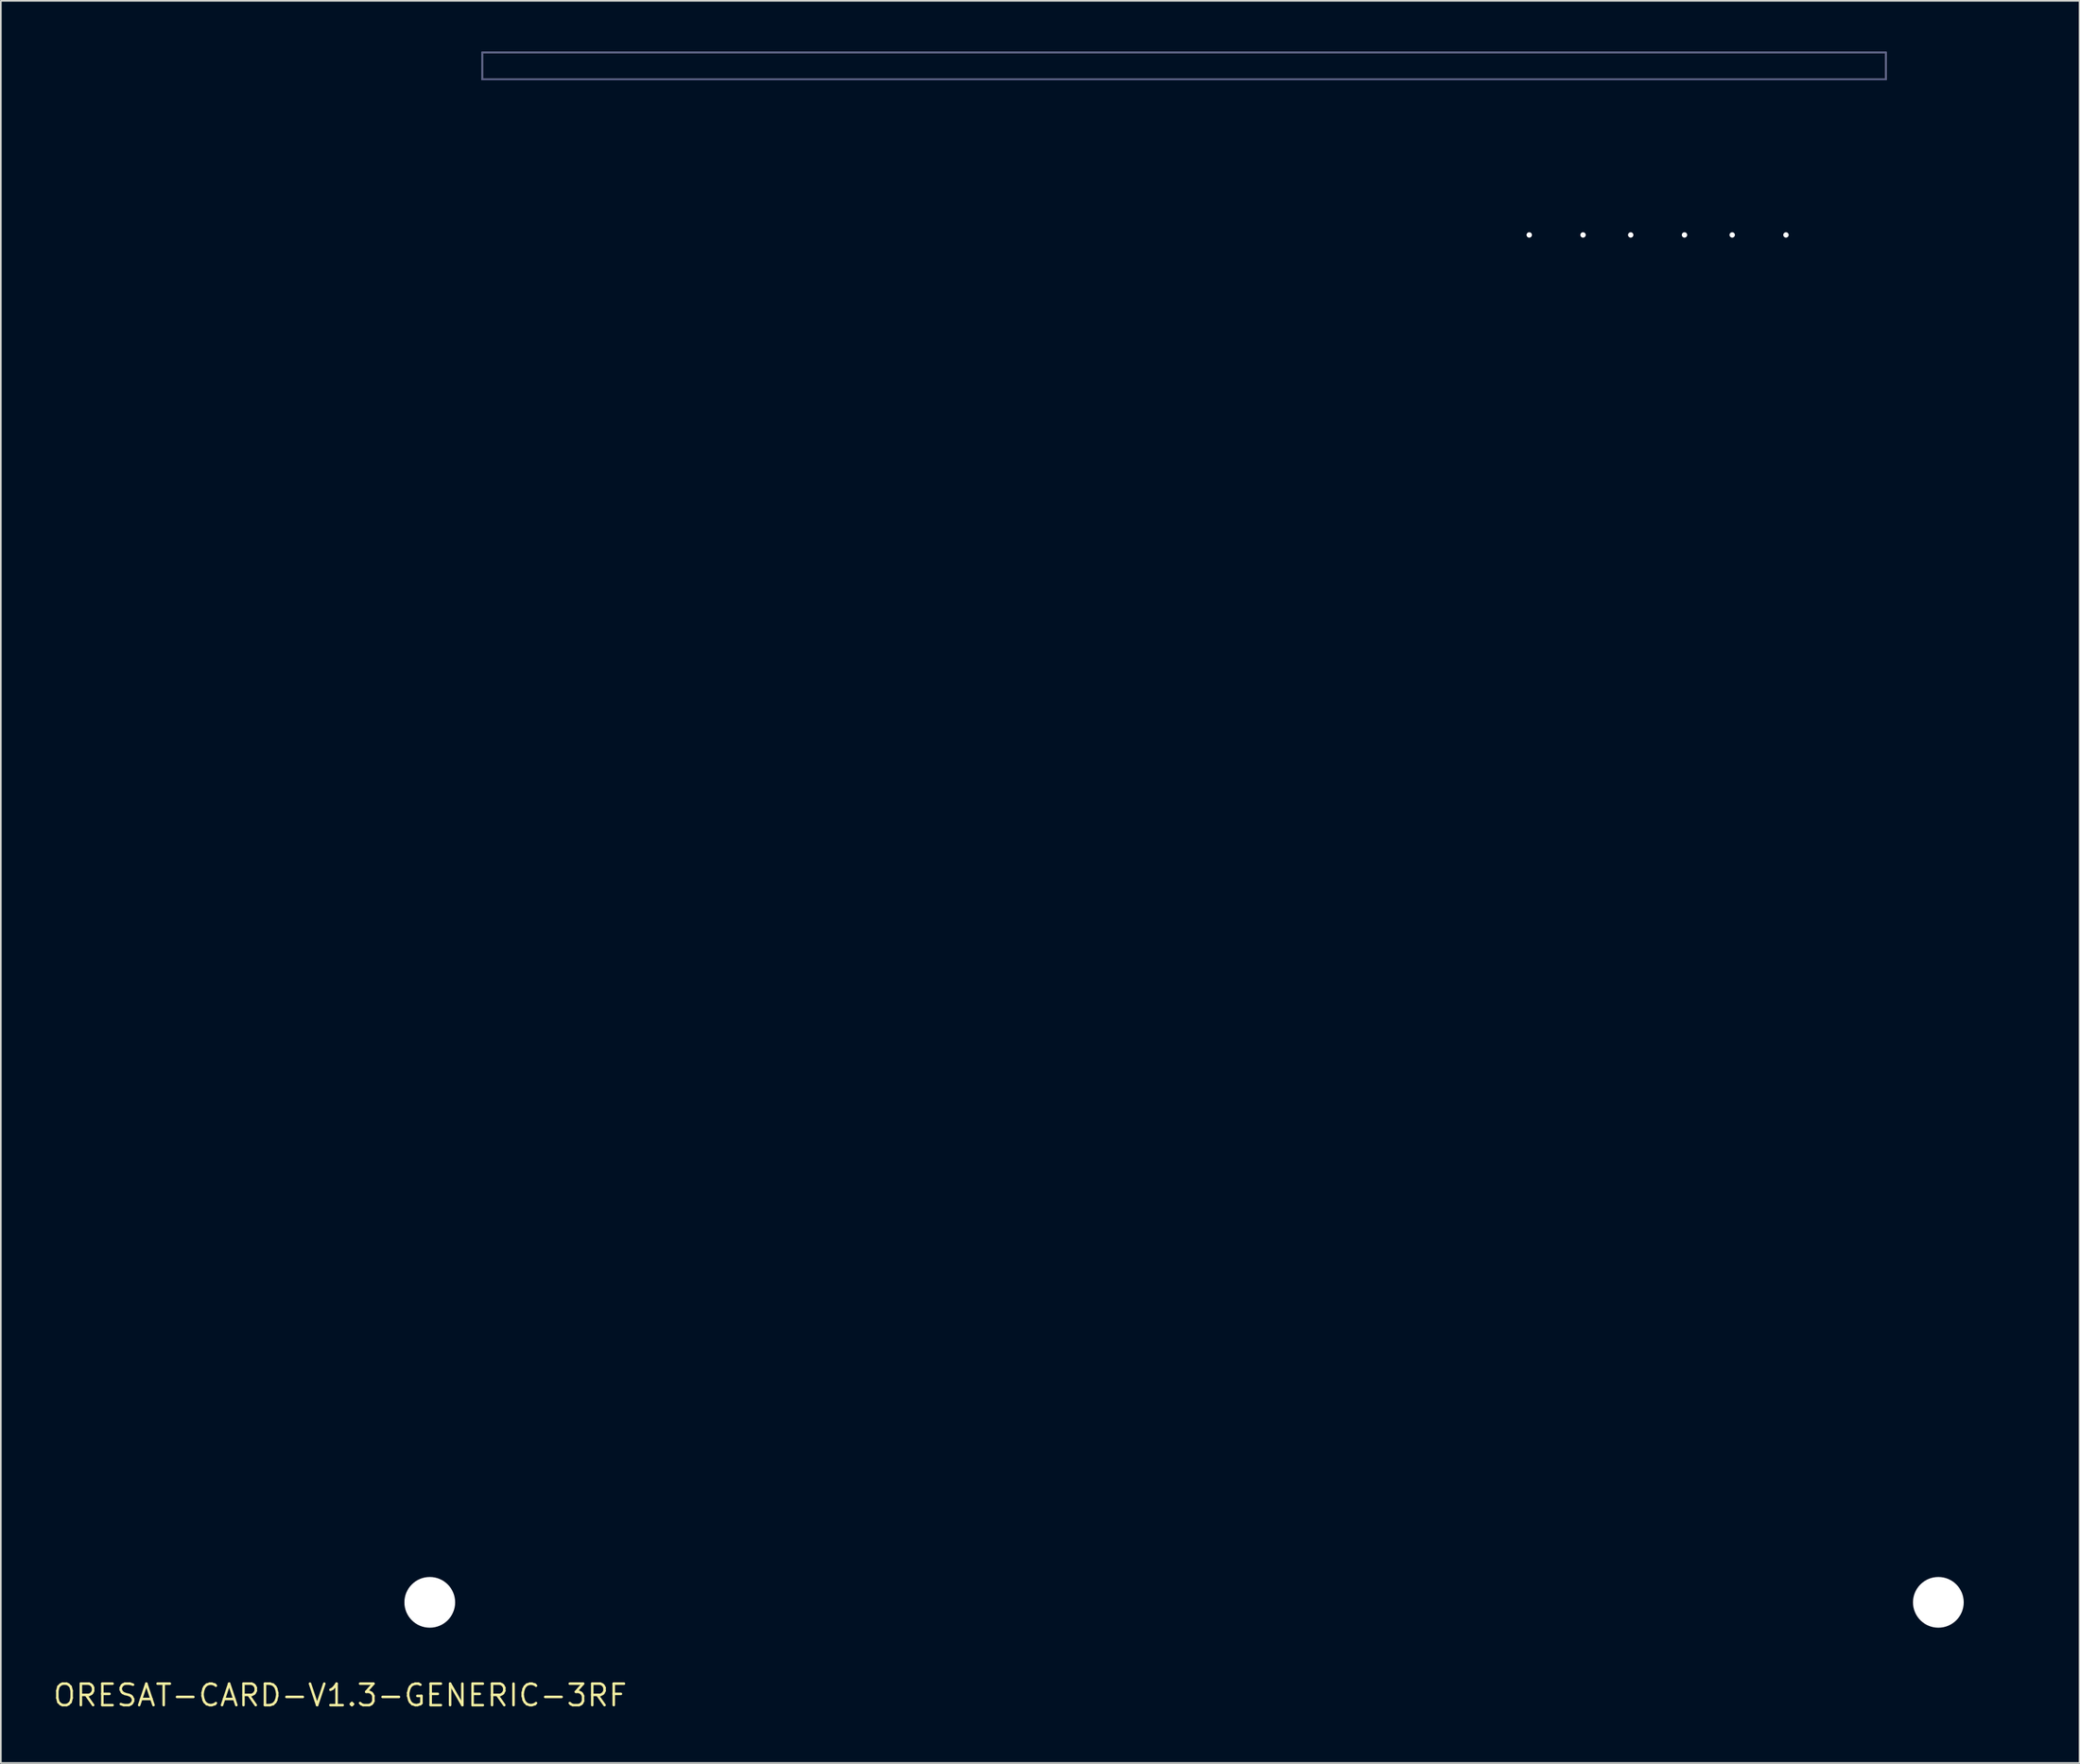
<source format=kicad_pcb>
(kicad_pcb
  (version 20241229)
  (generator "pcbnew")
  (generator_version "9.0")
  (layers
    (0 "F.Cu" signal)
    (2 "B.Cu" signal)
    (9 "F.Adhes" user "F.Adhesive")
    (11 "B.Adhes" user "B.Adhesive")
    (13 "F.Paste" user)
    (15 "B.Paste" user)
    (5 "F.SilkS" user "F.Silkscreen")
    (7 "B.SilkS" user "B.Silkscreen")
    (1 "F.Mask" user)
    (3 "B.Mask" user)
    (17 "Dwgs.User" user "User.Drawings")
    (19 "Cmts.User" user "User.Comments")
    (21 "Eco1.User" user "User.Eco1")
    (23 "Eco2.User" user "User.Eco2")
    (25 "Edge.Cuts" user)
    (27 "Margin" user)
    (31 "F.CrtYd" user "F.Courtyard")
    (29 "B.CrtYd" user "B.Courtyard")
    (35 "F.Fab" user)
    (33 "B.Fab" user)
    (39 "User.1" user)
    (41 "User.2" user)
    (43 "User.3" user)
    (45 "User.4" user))
  (footprint "ORESAT-CARD-V1.3-GENERIC-3RF"
    (layer "F.Cu")
    (at 17.062 97.25)
    (property "Reference" "ORESAT-CARD-V1.3-GENERIC-3RF" (at 0 0 0) (layer "F.SilkS") (effects (font (size 1.27 1.27) (thickness 0.15))))
    (fp_poly (pts (xy 2.75 -8.55) (xy 0.497 -8.55) (xy 0.358 -8.568) (xy 0.225 -8.623) (xy 0.111 -8.711) (xy 0.021 -8.827) (xy -0.05 -9.093) (xy -0.05 -88.821) (xy 2.75 -91.621)) (stroke (width 0) (type solid)) (fill yes) (layer "F.Mask"))
    (fp_poly (pts (xy 99.85 -88.822) (xy 99.85 -9.097) (xy 99.832 -8.958) (xy 99.777 -8.825) (xy 99.689 -8.711) (xy 99.575 -8.623) (xy 99.442 -8.568) (xy 99.303 -8.55) (xy 97.05 -8.55) (xy 97.05 -91.414)) (stroke (width 0) (type solid)) (fill yes) (layer "F.Mask"))
    (fp_poly (pts (xy 84.35 -0.497) (xy 84.332 -0.358) (xy 84.277 -0.225) (xy 84.189 -0.111) (xy 84.075 -0.023) (xy 83.942 0.032) (xy 83.803 0.05) (xy 15.997 0.05) (xy 15.858 0.032) (xy 15.725 -0.023) (xy 15.611 -0.111) (xy 15.521 -0.227) (xy 15.45 -0.493) (xy 15.45 -2.65) (xy 84.35 -2.65)) (stroke (width 0) (type solid)) (fill yes) (layer "F.Mask"))
    (fp_poly (pts (xy 2.75 -8.55) (xy 0.497 -8.55) (xy 0.358 -8.568) (xy 0.225 -8.623) (xy 0.111 -8.711) (xy 0.021 -8.827) (xy -0.05 -9.093) (xy -0.05 -88.821) (xy 2.75 -91.621)) (stroke (width 0) (type solid)) (fill yes) (layer "B.Mask"))
    (fp_poly (pts (xy 99.85 -88.822) (xy 99.85 -9.097) (xy 99.832 -8.958) (xy 99.777 -8.825) (xy 99.689 -8.711) (xy 99.575 -8.623) (xy 99.442 -8.568) (xy 99.303 -8.55) (xy 97.05 -8.55) (xy 97.05 -91.414)) (stroke (width 0) (type solid)) (fill yes) (layer "B.Mask"))
    (fp_poly (pts (xy 84.35 -0.497) (xy 84.332 -0.358) (xy 84.277 -0.225) (xy 84.189 -0.111) (xy 84.075 -0.023) (xy 83.942 0.032) (xy 83.803 0.05) (xy 15.997 0.05) (xy 15.858 0.032) (xy 15.725 -0.023) (xy 15.611 -0.111) (xy 15.521 -0.227) (xy 15.45 -0.493) (xy 15.45 -2.65) (xy 84.35 -2.65)) (stroke (width 0) (type solid)) (fill yes) (layer "B.Mask"))
    (fp_line (start 0 -88.8) (end 0 -9.1) (stroke (width 0.001) (type solid)) (layer "Edge.Cuts"))
    (fp_line (start 0 -88.8) (end 0 -9.1) (stroke (width 0.001) (type solid)) (layer "Edge.Cuts"))
    (fp_line (start 0.5 -8.6) (end 2.25 -8.6) (stroke (width 0.001) (type solid)) (layer "Edge.Cuts"))
    (fp_line (start 0.5 -8.6) (end 2.25 -8.6) (stroke (width 0.001) (type solid)) (layer "Edge.Cuts"))
    (fp_line (start 2.5 -91.3) (end 2.5 -8.6) (stroke (width 0.001) (type solid)) (layer "Edge.Cuts"))
    (fp_line (start 2.75 -8.1) (end 2.75 -3.4) (stroke (width 0.001) (type solid)) (layer "Edge.Cuts"))
    (fp_line (start 2.75 -8.1) (end 2.75 -3.4) (stroke (width 0.001) (type solid)) (layer "Edge.Cuts"))
    (fp_line (start 3.25 -2.9) (end 4.6 -2.9) (stroke (width 0.001) (type solid)) (layer "Edge.Cuts"))
    (fp_line (start 3.25 -2.9) (end 15 -2.9) (stroke (width 0.001) (type solid)) (layer "Edge.Cuts"))
    (fp_line (start 4.6 -93.4) (end 0 -88.8) (stroke (width 0.001) (type solid)) (layer "Edge.Cuts"))
    (fp_line (start 4.6 -2.9) (end 4.6 -93.4) (stroke (width 0.001) (type solid)) (layer "Edge.Cuts"))
    (fp_line (start 4.6 -2.9) (end 15 -2.9) (stroke (width 0.001) (type solid)) (layer "Edge.Cuts"))
    (fp_line (start 5.8 -94.6) (end 0 -88.8) (stroke (width 0.001) (type solid)) (layer "Edge.Cuts"))
    (fp_line (start 5.8 -94.6) (end 4.6 -93.4) (stroke (width 0.001) (type solid)) (layer "Edge.Cuts"))
    (fp_line (start 8.4 -95.6) (end 8.4 -97.2) (stroke (width 0.001) (type solid)) (layer "Edge.Cuts"))
    (fp_line (start 8.4 -2.9) (end 8.4 -94.6) (stroke (width 0.001) (type solid)) (layer "Edge.Cuts"))
    (fp_line (start 8.668 -94.6) (end 5.8 -94.6) (stroke (width 0.001) (type solid)) (layer "Edge.Cuts"))
    (fp_line (start 8.668 -94.6) (end 5.8 -94.6) (stroke (width 0.001) (type solid)) (layer "Edge.Cuts"))
    (fp_line (start 9.873 -87.9) (end 56.421 -87.9) (stroke (width 0.001) (type solid)) (layer "Edge.Cuts"))
    (fp_line (start 15.5 -2.4) (end 15.5 -0.5) (stroke (width 0.001) (type solid)) (layer "Edge.Cuts"))
    (fp_line (start 15.5 -2.4) (end 15.5 -0.5) (stroke (width 0.001) (type solid)) (layer "Edge.Cuts"))
    (fp_line (start 15.5 -2.4) (end 84.3 -2.4) (stroke (width 0.001) (type solid)) (layer "Edge.Cuts"))
    (fp_line (start 16 0) (end 83.8 0) (stroke (width 0.001) (type solid)) (layer "Edge.Cuts"))
    (fp_line (start 16 0) (end 83.8 0) (stroke (width 0.001) (type solid)) (layer "Edge.Cuts"))
    (fp_line (start 21.9 -89.9) (end 21.9 -85.9) (stroke (width 0.001) (type solid)) (layer "Edge.Cuts"))
    (fp_line (start 31.668 -94.6) (end 12.132 -94.6) (stroke (width 0.001) (type solid)) (layer "Edge.Cuts"))
    (fp_line (start 31.668 -94.6) (end 12.132 -94.6) (stroke (width 0.001) (type solid)) (layer "Edge.Cuts"))
    (fp_line (start 49.9 -44.572) (end 49.9 -89.9) (stroke (width 0.001) (type solid)) (layer "Edge.Cuts"))
    (fp_line (start 64.668 -94.6) (end 35.132 -94.6) (stroke (width 0.001) (type solid)) (layer "Edge.Cuts"))
    (fp_line (start 64.668 -94.6) (end 35.132 -94.6) (stroke (width 0.001) (type solid)) (layer "Edge.Cuts"))
    (fp_line (start 66.4 -93.6) (end 67.632 -93.6) (stroke (width 0.001) (type solid)) (layer "Edge.Cuts"))
    (fp_line (start 66.4 -93.6) (end 67.632 -93.6) (stroke (width 0.001) (type solid)) (layer "Edge.Cuts"))
    (fp_line (start 68.132 -93.1) (end 68.132 -91.1) (stroke (width 0.001) (type solid)) (layer "Edge.Cuts"))
    (fp_line (start 68.132 -93.1) (end 68.132 -91.1) (stroke (width 0.001) (type solid)) (layer "Edge.Cuts"))
    (fp_line (start 70.31 -90.6) (end 68.632 -90.6) (stroke (width 0.001) (type solid)) (layer "Edge.Cuts"))
    (fp_line (start 70.31 -90.6) (end 68.632 -90.6) (stroke (width 0.001) (type solid)) (layer "Edge.Cuts"))
    (fp_line (start 70.31 -86.9) (end 70.31 -90.6) (stroke (width 0.001) (type solid)) (layer "Edge.Cuts"))
    (fp_line (start 70.31 -86.9) (end 70.31 -90.6) (stroke (width 0.001) (type solid)) (layer "Edge.Cuts"))
    (fp_line (start 70.81 -86.4) (end 72.99 -86.4) (stroke (width 0.001) (type solid)) (layer "Edge.Cuts"))
    (fp_line (start 70.81 -86.4) (end 72.99 -86.4) (stroke (width 0.001) (type solid)) (layer "Edge.Cuts"))
    (fp_line (start 73.49 -86.9) (end 73.49 -90.6) (stroke (width 0.001) (type solid)) (layer "Edge.Cuts"))
    (fp_line (start 73.49 -86.9) (end 73.49 -90.6) (stroke (width 0.001) (type solid)) (layer "Edge.Cuts"))
    (fp_line (start 76.31 -90.6) (end 73.49 -90.6) (stroke (width 0.001) (type solid)) (layer "Edge.Cuts"))
    (fp_line (start 76.31 -90.6) (end 73.49 -90.6) (stroke (width 0.001) (type solid)) (layer "Edge.Cuts"))
    (fp_line (start 76.31 -86.9) (end 76.31 -90.6) (stroke (width 0.001) (type solid)) (layer "Edge.Cuts"))
    (fp_line (start 76.31 -86.9) (end 76.31 -90.6) (stroke (width 0.001) (type solid)) (layer "Edge.Cuts"))
    (fp_line (start 76.81 -86.4) (end 78.99 -86.4) (stroke (width 0.001) (type solid)) (layer "Edge.Cuts"))
    (fp_line (start 76.81 -86.4) (end 78.99 -86.4) (stroke (width 0.001) (type solid)) (layer "Edge.Cuts"))
    (fp_line (start 79.49 -86.9) (end 79.49 -90.6) (stroke (width 0.001) (type solid)) (layer "Edge.Cuts"))
    (fp_line (start 79.49 -86.9) (end 79.49 -90.6) (stroke (width 0.001) (type solid)) (layer "Edge.Cuts"))
    (fp_line (start 82.31 -90.6) (end 79.49 -90.6) (stroke (width 0.001) (type solid)) (layer "Edge.Cuts"))
    (fp_line (start 82.31 -90.6) (end 79.49 -90.6) (stroke (width 0.001) (type solid)) (layer "Edge.Cuts"))
    (fp_line (start 82.31 -86.9) (end 82.31 -90.6) (stroke (width 0.001) (type solid)) (layer "Edge.Cuts"))
    (fp_line (start 82.31 -86.9) (end 82.31 -90.6) (stroke (width 0.001) (type solid)) (layer "Edge.Cuts"))
    (fp_line (start 82.81 -86.4) (end 84.99 -86.4) (stroke (width 0.001) (type solid)) (layer "Edge.Cuts"))
    (fp_line (start 82.81 -86.4) (end 84.99 -86.4) (stroke (width 0.001) (type solid)) (layer "Edge.Cuts"))
    (fp_line (start 84.3 -0.5) (end 84.3 -2.4) (stroke (width 0.001) (type solid)) (layer "Edge.Cuts"))
    (fp_line (start 84.3 -0.5) (end 84.3 -2.4) (stroke (width 0.001) (type solid)) (layer "Edge.Cuts"))
    (fp_line (start 84.8 -2.9) (end 95.2 -2.9) (stroke (width 0.001) (type solid)) (layer "Edge.Cuts"))
    (fp_line (start 84.8 -2.9) (end 96.55 -2.9) (stroke (width 0.001) (type solid)) (layer "Edge.Cuts"))
    (fp_line (start 85.49 -86.9) (end 85.49 -90.6) (stroke (width 0.001) (type solid)) (layer "Edge.Cuts"))
    (fp_line (start 85.49 -86.9) (end 85.49 -90.6) (stroke (width 0.001) (type solid)) (layer "Edge.Cuts"))
    (fp_line (start 87.168 -90.6) (end 85.49 -90.6) (stroke (width 0.001) (type solid)) (layer "Edge.Cuts"))
    (fp_line (start 87.168 -90.6) (end 85.49 -90.6) (stroke (width 0.001) (type solid)) (layer "Edge.Cuts"))
    (fp_line (start 87.668 -93.1) (end 87.668 -91.1) (stroke (width 0.001) (type solid)) (layer "Edge.Cuts"))
    (fp_line (start 87.668 -93.1) (end 87.668 -91.1) (stroke (width 0.001) (type solid)) (layer "Edge.Cuts"))
    (fp_line (start 89.4 -93.6) (end 88.168 -93.6) (stroke (width 0.001) (type solid)) (layer "Edge.Cuts"))
    (fp_line (start 89.4 -93.6) (end 88.168 -93.6) (stroke (width 0.001) (type solid)) (layer "Edge.Cuts"))
    (fp_line (start 91.4 -97.2) (end 8.4 -97.2) (stroke (width 0.001) (type solid)) (layer "Edge.Cuts"))
    (fp_line (start 91.4 -97.2) (end 91.4 -95.6) (stroke (width 0.001) (type solid)) (layer "Edge.Cuts"))
    (fp_line (start 91.4 -95.6) (end 8.4 -95.6) (stroke (width 0.001) (type solid)) (layer "Edge.Cuts"))
    (fp_line (start 91.4 -2.9) (end 91.4 -94.6) (stroke (width 0.001) (type solid)) (layer "Edge.Cuts"))
    (fp_line (start 94 -94.6) (end 91.132 -94.6) (stroke (width 0.001) (type solid)) (layer "Edge.Cuts"))
    (fp_line (start 94 -94.6) (end 91.132 -94.6) (stroke (width 0.001) (type solid)) (layer "Edge.Cuts"))
    (fp_line (start 95.2 -93.4) (end 94 -94.6) (stroke (width 0.001) (type solid)) (layer "Edge.Cuts"))
    (fp_line (start 95.2 -2.9) (end 95.2 -93.4) (stroke (width 0.001) (type solid)) (layer "Edge.Cuts"))
    (fp_line (start 95.2 -2.9) (end 96.55 -2.9) (stroke (width 0.001) (type solid)) (layer "Edge.Cuts"))
    (fp_line (start 97.05 -3.4) (end 97.05 -8.1) (stroke (width 0.001) (type solid)) (layer "Edge.Cuts"))
    (fp_line (start 97.05 -3.4) (end 97.05 -8.1) (stroke (width 0.001) (type solid)) (layer "Edge.Cuts"))
    (fp_line (start 97.3 -8.55) (end 97.3 -91.3) (stroke (width 0.001) (type solid)) (layer "Edge.Cuts"))
    (fp_line (start 97.55 -8.6) (end 99.3 -8.6) (stroke (width 0.001) (type solid)) (layer "Edge.Cuts"))
    (fp_line (start 97.55 -8.6) (end 99.3 -8.6) (stroke (width 0.001) (type solid)) (layer "Edge.Cuts"))
    (fp_line (start 99.8 -88.8) (end 94 -94.6) (stroke (width 0.001) (type solid)) (layer "Edge.Cuts"))
    (fp_line (start 99.8 -88.8) (end 95.2 -93.4) (stroke (width 0.001) (type solid)) (layer "Edge.Cuts"))
    (fp_line (start 99.8 -9.1) (end 99.8 -88.8) (stroke (width 0.001) (type solid)) (layer "Edge.Cuts"))
    (fp_line (start 99.8 -9.1) (end 99.8 -88.8) (stroke (width 0.001) (type solid)) (layer "Edge.Cuts"))
    (fp_arc (start 0.5 -8.6) (mid 0.146447 -8.746447) (end 0 -9.1) (stroke (width 0.001) (type solid)) (layer "Edge.Cuts"))
    (fp_arc (start 0.5 -8.6) (mid 0.146447 -8.746447) (end 0 -9.1) (stroke (width 0.001) (type solid)) (layer "Edge.Cuts"))
    (fp_arc (start 2.25 -8.6) (mid 2.603553 -8.453553) (end 2.75 -8.1) (stroke (width 0.001) (type solid)) (layer "Edge.Cuts"))
    (fp_arc (start 2.25 -8.6) (mid 2.603553 -8.453553) (end 2.75 -8.1) (stroke (width 0.001) (type solid)) (layer "Edge.Cuts"))
    (fp_arc (start 3.25 -2.9) (mid 2.896447 -3.046447) (end 2.75 -3.4) (stroke (width 0.001) (type solid)) (layer "Edge.Cuts"))
    (fp_arc (start 3.25 -2.9) (mid 2.896447 -3.046447) (end 2.75 -3.4) (stroke (width 0.001) (type solid)) (layer "Edge.Cuts"))
    (fp_arc (start 12.132049 -94.599999) (mid 10.399999 -93.600001) (end 8.66795 -94.6) (stroke (width 0.001) (type solid)) (layer "Edge.Cuts"))
    (fp_arc (start 12.13205 -94.6) (mid 10.400001 -93.6) (end 8.667951 -94.599999) (stroke (width 0.001) (type solid)) (layer "Edge.Cuts"))
    (fp_arc (start 15 -2.9) (mid 15.353553 -2.753553) (end 15.5 -2.4) (stroke (width 0.001) (type solid)) (layer "Edge.Cuts"))
    (fp_arc (start 15 -2.9) (mid 15.353553 -2.753553) (end 15.5 -2.4) (stroke (width 0.001) (type solid)) (layer "Edge.Cuts"))
    (fp_arc (start 16 0) (mid 15.646447 -0.146447) (end 15.5 -0.5) (stroke (width 0.001) (type solid)) (layer "Edge.Cuts"))
    (fp_arc (start 16 0) (mid 15.646447 -0.146447) (end 15.5 -0.5) (stroke (width 0.001) (type solid)) (layer "Edge.Cuts"))
    (fp_arc (start 35.132049 -94.599999) (mid 33.399999 -93.600001) (end 31.66795 -94.6) (stroke (width 0.001) (type solid)) (layer "Edge.Cuts"))
    (fp_arc (start 35.13205 -94.6) (mid 33.400001 -93.6) (end 31.667951 -94.599999) (stroke (width 0.001) (type solid)) (layer "Edge.Cuts"))
    (fp_arc (start 66.399999 -93.6) (mid 65.4 -93.867949) (end 64.66795 -94.6) (stroke (width 0.001) (type solid)) (layer "Edge.Cuts"))
    (fp_arc (start 66.4 -93.6) (mid 65.400001 -93.867949) (end 64.66795 -94.599999) (stroke (width 0.001) (type solid)) (layer "Edge.Cuts"))
    (fp_arc (start 67.63205 -93.6) (mid 67.985603 -93.453553) (end 68.13205 -93.1) (stroke (width 0.001) (type solid)) (layer "Edge.Cuts"))
    (fp_arc (start 67.63205 -93.6) (mid 67.985603 -93.453553) (end 68.13205 -93.1) (stroke (width 0.001) (type solid)) (layer "Edge.Cuts"))
    (fp_arc (start 68.63205 -90.6) (mid 68.278497 -90.746447) (end 68.13205 -91.1) (stroke (width 0.001) (type solid)) (layer "Edge.Cuts"))
    (fp_arc (start 68.63205 -90.6) (mid 68.278497 -90.746447) (end 68.13205 -91.1) (stroke (width 0.001) (type solid)) (layer "Edge.Cuts"))
    (fp_arc (start 70.81 -86.4) (mid 70.456447 -86.546447) (end 70.31 -86.9) (stroke (width 0.001) (type solid)) (layer "Edge.Cuts"))
    (fp_arc (start 70.81 -86.4) (mid 70.456447 -86.546447) (end 70.31 -86.9) (stroke (width 0.001) (type solid)) (layer "Edge.Cuts"))
    (fp_arc (start 73.49 -86.9) (mid 73.343553 -86.546447) (end 72.99 -86.4) (stroke (width 0.001) (type solid)) (layer "Edge.Cuts"))
    (fp_arc (start 73.49 -86.9) (mid 73.343553 -86.546447) (end 72.99 -86.4) (stroke (width 0.001) (type solid)) (layer "Edge.Cuts"))
    (fp_arc (start 76.81 -86.4) (mid 76.456447 -86.546447) (end 76.31 -86.9) (stroke (width 0.001) (type solid)) (layer "Edge.Cuts"))
    (fp_arc (start 76.81 -86.4) (mid 76.456447 -86.546447) (end 76.31 -86.9) (stroke (width 0.001) (type solid)) (layer "Edge.Cuts"))
    (fp_arc (start 79.49 -86.9) (mid 79.343553 -86.546447) (end 78.99 -86.4) (stroke (width 0.001) (type solid)) (layer "Edge.Cuts"))
    (fp_arc (start 79.49 -86.9) (mid 79.343553 -86.546447) (end 78.99 -86.4) (stroke (width 0.001) (type solid)) (layer "Edge.Cuts"))
    (fp_arc (start 82.81 -86.4) (mid 82.456447 -86.546447) (end 82.31 -86.9) (stroke (width 0.001) (type solid)) (layer "Edge.Cuts"))
    (fp_arc (start 82.81 -86.4) (mid 82.456447 -86.546447) (end 82.31 -86.9) (stroke (width 0.001) (type solid)) (layer "Edge.Cuts"))
    (fp_arc (start 84.3 -2.4) (mid 84.446447 -2.753553) (end 84.8 -2.9) (stroke (width 0.001) (type solid)) (layer "Edge.Cuts"))
    (fp_arc (start 84.3 -2.4) (mid 84.446447 -2.753553) (end 84.8 -2.9) (stroke (width 0.001) (type solid)) (layer "Edge.Cuts"))
    (fp_arc (start 84.3 -0.5) (mid 84.153553 -0.146447) (end 83.8 0) (stroke (width 0.001) (type solid)) (layer "Edge.Cuts"))
    (fp_arc (start 84.3 -0.5) (mid 84.153553 -0.146447) (end 83.8 0) (stroke (width 0.001) (type solid)) (layer "Edge.Cuts"))
    (fp_arc (start 85.49 -86.9) (mid 85.343553 -86.546447) (end 84.99 -86.4) (stroke (width 0.001) (type solid)) (layer "Edge.Cuts"))
    (fp_arc (start 85.49 -86.9) (mid 85.343553 -86.546447) (end 84.99 -86.4) (stroke (width 0.001) (type solid)) (layer "Edge.Cuts"))
    (fp_arc (start 87.66795 -93.1) (mid 87.814397 -93.453553) (end 88.16795 -93.6) (stroke (width 0.001) (type solid)) (layer "Edge.Cuts"))
    (fp_arc (start 87.66795 -93.1) (mid 87.814397 -93.453553) (end 88.16795 -93.6) (stroke (width 0.001) (type solid)) (layer "Edge.Cuts"))
    (fp_arc (start 87.66795 -91.1) (mid 87.521503 -90.746447) (end 87.16795 -90.6) (stroke (width 0.001) (type solid)) (layer "Edge.Cuts"))
    (fp_arc (start 87.66795 -91.1) (mid 87.521503 -90.746447) (end 87.16795 -90.6) (stroke (width 0.001) (type solid)) (layer "Edge.Cuts"))
    (fp_arc (start 91.132049 -94.6) (mid 90.399999 -93.86795) (end 89.4 -93.6) (stroke (width 0.001) (type solid)) (layer "Edge.Cuts"))
    (fp_arc (start 91.13205 -94.6) (mid 90.4 -93.867949) (end 89.4 -93.599999) (stroke (width 0.001) (type solid)) (layer "Edge.Cuts"))
    (fp_arc (start 97.05 -8.1) (mid 97.196447 -8.453553) (end 97.55 -8.6) (stroke (width 0.001) (type solid)) (layer "Edge.Cuts"))
    (fp_arc (start 97.05 -8.1) (mid 97.196447 -8.453553) (end 97.55 -8.6) (stroke (width 0.001) (type solid)) (layer "Edge.Cuts"))
    (fp_arc (start 97.05 -3.4) (mid 96.903553 -3.046447) (end 96.55 -2.9) (stroke (width 0.001) (type solid)) (layer "Edge.Cuts"))
    (fp_arc (start 97.05 -3.4) (mid 96.903553 -3.046447) (end 96.55 -2.9) (stroke (width 0.001) (type solid)) (layer "Edge.Cuts"))
    (fp_arc (start 99.8 -9.1) (mid 99.653553 -8.746447) (end 99.3 -8.6) (stroke (width 0.001) (type solid)) (layer "Edge.Cuts"))
    (fp_arc (start 99.8 -9.1) (mid 99.653553 -8.746447) (end 99.3 -8.6) (stroke (width 0.001) (type solid)) (layer "Edge.Cuts"))
    (fp_circle (center 49.9 -49.8) (end 52.4 -49.8) (stroke (width 0.001) (type solid)) (fill no) (layer "Edge.Cuts"))
    (fp_circle (center 70.31 -86.4) (end 70.47 -86.4) (stroke (width 0.001) (type solid)) (fill no) (layer "Edge.Cuts"))
    (fp_circle (center 73.49 -86.4) (end 73.65 -86.4) (stroke (width 0.001) (type solid)) (fill no) (layer "Edge.Cuts"))
    (fp_circle (center 76.31 -86.4) (end 76.47 -86.4) (stroke (width 0.001) (type solid)) (fill no) (layer "Edge.Cuts"))
    (fp_circle (center 79.49 -86.4) (end 79.65 -86.4) (stroke (width 0.001) (type solid)) (fill no) (layer "Edge.Cuts"))
    (fp_circle (center 82.31 -86.4) (end 82.47 -86.4) (stroke (width 0.001) (type solid)) (fill no) (layer "Edge.Cuts"))
    (fp_circle (center 85.49 -86.4) (end 85.65 -86.4) (stroke (width 0.001) (type solid)) (fill no) (layer "Edge.Cuts"))
    (fp_line (start 4.6 -2.9) (end 4.6 -93.4) (stroke (width 0.001) (type solid)) (layer "B.CrtYd"))
    (fp_line (start 95.2 -2.9) (end 95.2 -93.4) (stroke (width 0.001) (type solid)) (layer "B.CrtYd"))
    (fp_line (start 4.6 -2.9) (end 4.6 -93.4) (stroke (width 0.001) (type solid)) (layer "F.CrtYd"))
    (fp_line (start 95.2 -2.9) (end 95.2 -93.4) (stroke (width 0.001) (type solid)) (layer "F.CrtYd"))
    (fp_line (start 4.6 -2.9) (end 4.6 -93.4) (stroke (width 0.001) (type solid)) (layer "B.Fab"))
    (fp_line (start 8.4 -2.9) (end 8.4 -94.6) (stroke (width 0.001) (type solid)) (layer "B.Fab"))
    (fp_line (start 91.4 -2.9) (end 91.4 -94.6) (stroke (width 0.001) (type solid)) (layer "B.Fab"))
    (fp_line (start 95.2 -2.9) (end 95.2 -93.4) (stroke (width 0.001) (type solid)) (layer "B.Fab"))
    (fp_poly (pts (xy 8.4 -95.6) (xy 91.4 -95.6) (xy 91.4 -97.2) (xy 8.4 -97.2)) (stroke (width 0.1) (type solid)) (fill no) (layer "B.Fab"))
    (fp_line (start 4.6 -2.9) (end 4.6 -93.4) (stroke (width 0.001) (type solid)) (layer "F.Fab"))
    (fp_line (start 8.4 -2.9) (end 8.4 -94.6) (stroke (width 0.001) (type solid)) (layer "F.Fab"))
    (fp_line (start 20.9 -87.894) (end 22.9 -87.894) (stroke (width 0.001) (type solid)) (layer "F.Fab"))
    (fp_line (start 21.9 -88.894) (end 21.9 -86.894) (stroke (width 0.001) (type solid)) (layer "F.Fab"))
    (fp_line (start 48.9 -87.894) (end 50.9 -87.894) (stroke (width 0.001) (type solid)) (layer "F.Fab"))
    (fp_line (start 48.9 -49.8) (end 50.9 -49.8) (stroke (width 0.001) (type solid)) (layer "F.Fab"))
    (fp_line (start 49.9 -88.894) (end 49.9 -86.894) (stroke (width 0.001) (type solid)) (layer "F.Fab"))
    (fp_line (start 49.9 -50.8) (end 49.9 -48.8) (stroke (width 0.001) (type solid)) (layer "F.Fab"))
    (fp_line (start 91.4 -2.9) (end 91.4 -94.6) (stroke (width 0.001) (type solid)) (layer "F.Fab"))
    (fp_line (start 95.2 -2.9) (end 95.2 -93.4) (stroke (width 0.001) (type solid)) (layer "F.Fab"))
    (fp_circle (center 21.9 -87.894) (end 22.4 -87.894) (stroke (width 0.001) (type solid)) (fill no) (layer "F.Fab"))
    (fp_circle (center 49.9 -87.894) (end 50.4 -87.894) (stroke (width 0.001) (type solid)) (fill no) (layer "F.Fab"))
    (fp_circle (center 49.9 -49.8) (end 50.4 -49.8) (stroke (width 0.001) (type solid)) (fill no) (layer "F.Fab"))
    (fp_poly (pts (xy 8.4 -95.6) (xy 91.4 -95.6) (xy 91.4 -97.2) (xy 8.4 -97.2)) (stroke (width 0.1) (type solid)) (fill no) (layer "F.Fab"))
    (pad "" np_thru_hole circle (at 5.3 -5.5) (size 3 3) (drill 3) (layers "*.Cu" "*.Mask"))
    (pad "" np_thru_hole circle (at 70.31 -86.4) (size 0.32 0.32) (drill 0.32) (layers "*.Cu" "*.Mask"))
    (pad "" np_thru_hole circle (at 73.49 -86.4) (size 0.32 0.32) (drill 0.32) (layers "*.Cu" "*.Mask"))
    (pad "" np_thru_hole circle (at 76.31 -86.4) (size 0.32 0.32) (drill 0.32) (layers "*.Cu" "*.Mask"))
    (pad "" np_thru_hole circle (at 79.49 -86.4) (size 0.32 0.32) (drill 0.32) (layers "*.Cu" "*.Mask"))
    (pad "" np_thru_hole circle (at 82.31 -86.4) (size 0.32 0.32) (drill 0.32) (layers "*.Cu" "*.Mask"))
    (pad "" np_thru_hole circle (at 85.49 -86.4) (size 0.32 0.32) (drill 0.32) (layers "*.Cu" "*.Mask"))
    (pad "" np_thru_hole circle (at 94.5 -5.5) (size 3 3) (drill 3) (layers "*.Cu" "*.Mask")))
  (gr_rect
    (start -3 -3)
    (end 119.912 101.256)
    (stroke (width 0.1) (type default))
    (fill no)
    (layer "Edge.Cuts")))
</source>
